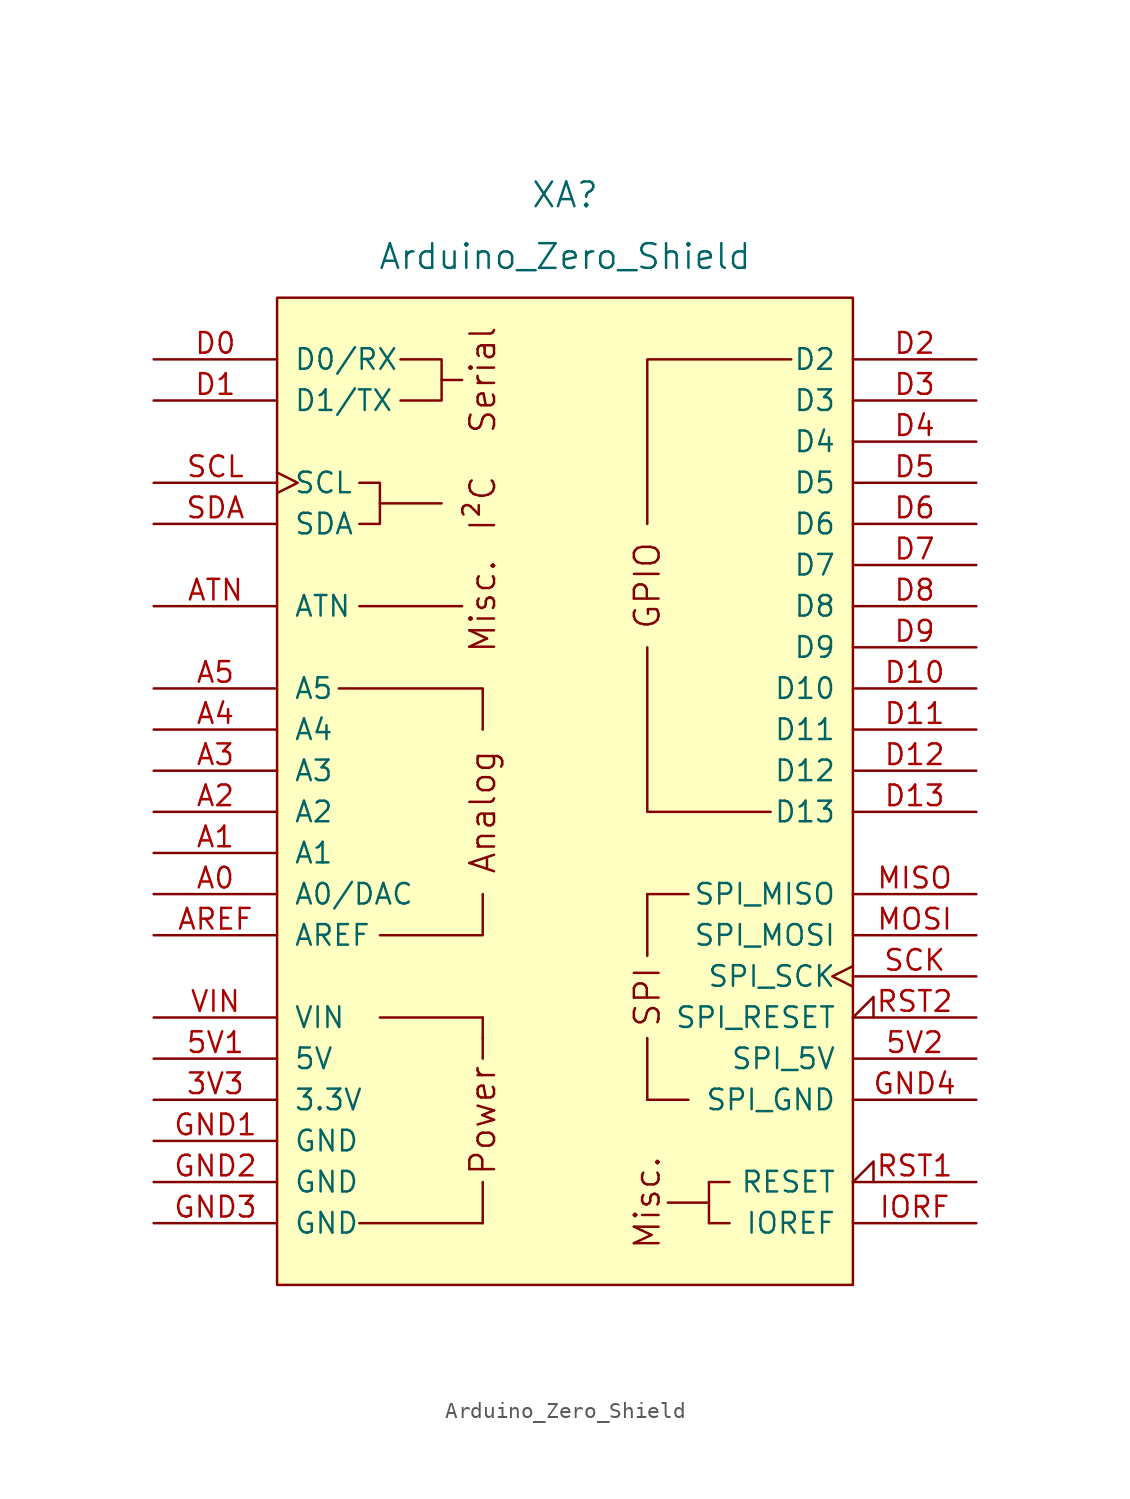
<source format=kicad_sym>
(kicad_symbol_lib
  (version 20211014)
  (generator kicad_symbol_editor)
  (symbol "Arduino_Zero_Shield"
    (pin_names
      (offset 1.016))
    (property "Reference" "XA"
      (at 0 36.83 0)
      (effects (font (size 1.524 1.524))))
    (property "Value" "Arduino_Zero_Shield"
      (at 0 33.02 0)
      (effects (font (size 1.524 1.524))))
    (symbol "Arduino_Zero_Shield_0_0"
      (rectangle (start -17.78 30.48) (end 17.78 -30.48) (stroke (width 0) (type default) (color 0 0 0 0)) (fill (type background)))
      (rectangle (start -12.7 -26.67) (end -5.08 -26.67) (stroke (width 0) (type default) (color 0 0 0 0)) (fill (type none)))
      (rectangle (start -11.43 -13.97) (end -5.08 -13.97) (stroke (width 0) (type default) (color 0 0 0 0)) (fill (type none)))
      (polyline (pts (xy -11.43 17.78) (xy -7.62 17.78)) (stroke (width 0) (type default) (color 0 0 0 0)) (fill (type none)))
      (polyline (pts (xy -7.62 25.4) (xy -6.35 25.4)) (stroke (width 0) (type default) (color 0 0 0 0)) (fill (type none)))
      (polyline (pts (xy -6.35 11.43) (xy -12.7 11.43)) (stroke (width 0) (type default) (color 0 0 0 0)) (fill (type none)))
      (polyline (pts (xy -5.08 -26.67) (xy -5.08 -24.13)) (stroke (width 0) (type default) (color 0 0 0 0)) (fill (type none)))
      (polyline (pts (xy -5.08 -15.24) (xy -5.08 -16.51)) (stroke (width 0) (type default) (color 0 0 0 0)) (fill (type none)))
      (polyline (pts (xy -5.08 -13.97) (xy -5.08 -15.24)) (stroke (width 0) (type default) (color 0 0 0 0)) (fill (type none)))
      (polyline (pts (xy -5.08 -6.35) (xy -5.08 -8.89) (xy -11.43 -8.89)) (stroke (width 0) (type default) (color 0 0 0 0)) (fill (type none)))
      (polyline (pts (xy -5.08 3.81) (xy -5.08 6.35) (xy -13.97 6.35)) (stroke (width 0) (type default) (color 0 0 0 0)) (fill (type none)))
      (polyline (pts (xy 5.08 8.89) (xy 5.08 -1.27) (xy 12.7 -1.27)) (stroke (width 0) (type default) (color 0 0 0 0)) (fill (type none)))
      (polyline (pts (xy 5.08 16.51) (xy 5.08 26.67) (xy 13.97 26.67)) (stroke (width 0) (type default) (color 0 0 0 0)) (fill (type none)))
      (polyline (pts (xy -12.7 19.05) (xy -11.43 19.05) (xy -11.43 16.51) (xy -12.7 16.51)) (stroke (width 0) (type default) (color 0 0 0 0)) (fill (type none)))
      (polyline (pts (xy -10.16 26.67) (xy -7.62 26.67) (xy -7.62 24.13) (xy -10.16 24.13)) (stroke (width 0) (type default) (color 0 0 0 0)) (fill (type none)))
      (rectangle (start 5.08 -19.05) (end 5.08 -15.24) (stroke (width 0) (type default) (color 0 0 0 0)) (fill (type none)))
      (rectangle (start 5.08 -19.05) (end 7.62 -19.05) (stroke (width 0) (type default) (color 0 0 0 0)) (fill (type none)))
      (rectangle (start 5.08 -10.16) (end 5.08 -6.35) (stroke (width 0) (type default) (color 0 0 0 0)) (fill (type none)))
      (rectangle (start 7.62 -6.35) (end 5.08 -6.35) (stroke (width 0) (type default) (color 0 0 0 0)) (fill (type none)))
      (rectangle (start 8.89 -25.4) (end 6.35 -25.4) (stroke (width 0) (type default) (color 0 0 0 0)) (fill (type none)))
      (rectangle (start 8.89 -24.13) (end 8.89 -26.67) (stroke (width 0) (type default) (color 0 0 0 0)) (fill (type none)))
      (rectangle (start 10.16 -26.67) (end 8.89 -26.67) (stroke (width 0) (type default) (color 0 0 0 0)) (fill (type none)))
      (rectangle (start 10.16 -24.13) (end 8.89 -24.13) (stroke (width 0) (type default) (color 0 0 0 0)) (fill (type none)))
      (text "Analog" (at -5.08 -1.27 900) (effects (font (size 1.524 1.524))))
      (text "I²C" (at -5.08 17.78 900) (effects (font (size 1.524 1.524))))
      (text "Misc." (at -5.08 11.43 900) (effects (font (size 1.524 1.524))))
      (text "Misc." (at 5.08 -25.4 900) (effects (font (size 1.524 1.524))))
      (text "Power" (at -5.08 -20.32 900) (effects (font (size 1.524 1.524))))
      (text "Serial" (at -5.08 25.4 900) (effects (font (size 1.524 1.524))))
      (text "SPI" (at 5.08 -12.7 900) (effects (font (size 1.524 1.524)))))
    (symbol "Arduino_Zero_Shield_1_0"
      (text "GPIO" (at 5.08 12.7 900) (effects (font (size 1.524 1.524)))))
    (symbol "Arduino_Zero_Shield_1_1"
      (pin power_in line (at -25.4 -19.05 0) (length 7.62) (name "3.3V" (effects (font (size 1.27 1.27)))) (number "3V3" (effects (font (size 1.27 1.27)))))
      (pin power_in line (at -25.4 -16.51 0) (length 7.62) (name "5V" (effects (font (size 1.27 1.27)))) (number "5V1" (effects (font (size 1.27 1.27)))))
      (pin power_in line (at 25.4 -16.51 180) (length 7.62) (name "SPI_5V" (effects (font (size 1.27 1.27)))) (number "5V2" (effects (font (size 1.27 1.27)))))
      (pin bidirectional line (at -25.4 -6.35 0) (length 7.62) (name "A0/DAC" (effects (font (size 1.27 1.27)))) (number "A0" (effects (font (size 1.27 1.27)))))
      (pin bidirectional line (at -25.4 -3.81 0) (length 7.62) (name "A1" (effects (font (size 1.27 1.27)))) (number "A1" (effects (font (size 1.27 1.27)))))
      (pin bidirectional line (at -25.4 -1.27 0) (length 7.62) (name "A2" (effects (font (size 1.27 1.27)))) (number "A2" (effects (font (size 1.27 1.27)))))
      (pin bidirectional line (at -25.4 1.27 0) (length 7.62) (name "A3" (effects (font (size 1.27 1.27)))) (number "A3" (effects (font (size 1.27 1.27)))))
      (pin bidirectional line (at -25.4 3.81 0) (length 7.62) (name "A4" (effects (font (size 1.27 1.27)))) (number "A4" (effects (font (size 1.27 1.27)))))
      (pin bidirectional line (at -25.4 6.35 0) (length 7.62) (name "A5" (effects (font (size 1.27 1.27)))) (number "A5" (effects (font (size 1.27 1.27)))))
      (pin input line (at -25.4 -8.89 0) (length 7.62) (name "AREF" (effects (font (size 1.27 1.27)))) (number "AREF" (effects (font (size 1.27 1.27)))))
      (pin bidirectional line (at -25.4 11.43 0) (length 7.62) (name "ATN" (effects (font (size 1.27 1.27)))) (number "ATN" (effects (font (size 1.27 1.27)))))
      (pin bidirectional line (at -25.4 26.67 0) (length 7.62) (name "D0/RX" (effects (font (size 1.27 1.27)))) (number "D0" (effects (font (size 1.27 1.27)))))
      (pin bidirectional line (at -25.4 24.13 0) (length 7.62) (name "D1/TX" (effects (font (size 1.27 1.27)))) (number "D1" (effects (font (size 1.27 1.27)))))
      (pin bidirectional line (at 25.4 6.35 180) (length 7.62) (name "D10" (effects (font (size 1.27 1.27)))) (number "D10" (effects (font (size 1.27 1.27)))))
      (pin bidirectional line (at 25.4 3.81 180) (length 7.62) (name "D11" (effects (font (size 1.27 1.27)))) (number "D11" (effects (font (size 1.27 1.27)))))
      (pin bidirectional line (at 25.4 1.27 180) (length 7.62) (name "D12" (effects (font (size 1.27 1.27)))) (number "D12" (effects (font (size 1.27 1.27)))))
      (pin bidirectional line (at 25.4 -1.27 180) (length 7.62) (name "D13" (effects (font (size 1.27 1.27)))) (number "D13" (effects (font (size 1.27 1.27)))))
      (pin bidirectional line (at 25.4 26.67 180) (length 7.62) (name "D2" (effects (font (size 1.27 1.27)))) (number "D2" (effects (font (size 1.27 1.27)))))
      (pin bidirectional line (at 25.4 24.13 180) (length 7.62) (name "D3" (effects (font (size 1.27 1.27)))) (number "D3" (effects (font (size 1.27 1.27)))))
      (pin bidirectional line (at 25.4 21.59 180) (length 7.62) (name "D4" (effects (font (size 1.27 1.27)))) (number "D4" (effects (font (size 1.27 1.27)))))
      (pin bidirectional line (at 25.4 19.05 180) (length 7.62) (name "D5" (effects (font (size 1.27 1.27)))) (number "D5" (effects (font (size 1.27 1.27)))))
      (pin bidirectional line (at 25.4 16.51 180) (length 7.62) (name "D6" (effects (font (size 1.27 1.27)))) (number "D6" (effects (font (size 1.27 1.27)))))
      (pin bidirectional line (at 25.4 13.97 180) (length 7.62) (name "D7" (effects (font (size 1.27 1.27)))) (number "D7" (effects (font (size 1.27 1.27)))))
      (pin bidirectional line (at 25.4 11.43 180) (length 7.62) (name "D8" (effects (font (size 1.27 1.27)))) (number "D8" (effects (font (size 1.27 1.27)))))
      (pin bidirectional line (at 25.4 8.89 180) (length 7.62) (name "D9" (effects (font (size 1.27 1.27)))) (number "D9" (effects (font (size 1.27 1.27)))))
      (pin power_in line (at -25.4 -21.59 0) (length 7.62) (name "GND" (effects (font (size 1.27 1.27)))) (number "GND1" (effects (font (size 1.27 1.27)))))
      (pin power_in line (at -25.4 -24.13 0) (length 7.62) (name "GND" (effects (font (size 1.27 1.27)))) (number "GND2" (effects (font (size 1.27 1.27)))))
      (pin power_in line (at -25.4 -26.67 0) (length 7.62) (name "GND" (effects (font (size 1.27 1.27)))) (number "GND3" (effects (font (size 1.27 1.27)))))
      (pin power_in line (at 25.4 -19.05 180) (length 7.62) (name "SPI_GND" (effects (font (size 1.27 1.27)))) (number "GND4" (effects (font (size 1.27 1.27)))))
      (pin output line (at 25.4 -26.67 180) (length 7.62) (name "IOREF" (effects (font (size 1.27 1.27)))) (number "IORF" (effects (font (size 1.27 1.27)))))
      (pin input line (at 25.4 -6.35 180) (length 7.62) (name "SPI_MISO" (effects (font (size 1.27 1.27)))) (number "MISO" (effects (font (size 1.27 1.27)))))
      (pin output line (at 25.4 -8.89 180) (length 7.62) (name "SPI_MOSI" (effects (font (size 1.27 1.27)))) (number "MOSI" (effects (font (size 1.27 1.27)))))
      (pin open_collector input_low (at 25.4 -24.13 180) (length 7.62) (name "RESET" (effects (font (size 1.27 1.27)))) (number "RST1" (effects (font (size 1.27 1.27)))))
      (pin open_collector input_low (at 25.4 -13.97 180) (length 7.62) (name "SPI_RESET" (effects (font (size 1.27 1.27)))) (number "RST2" (effects (font (size 1.27 1.27)))))
      (pin output clock (at 25.4 -11.43 180) (length 7.62) (name "SPI_SCK" (effects (font (size 1.27 1.27)))) (number "SCK" (effects (font (size 1.27 1.27)))))
      (pin bidirectional clock (at -25.4 19.05 0) (length 7.62) (name "SCL" (effects (font (size 1.27 1.27)))) (number "SCL" (effects (font (size 1.27 1.27)))))
      (pin bidirectional line (at -25.4 16.51 0) (length 7.62) (name "SDA" (effects (font (size 1.27 1.27)))) (number "SDA" (effects (font (size 1.27 1.27)))))
      (pin power_in line (at -25.4 -13.97 0) (length 7.62) (name "VIN" (effects (font (size 1.27 1.27)))) (number "VIN" (effects (font (size 1.27 1.27))))))))
</source>
